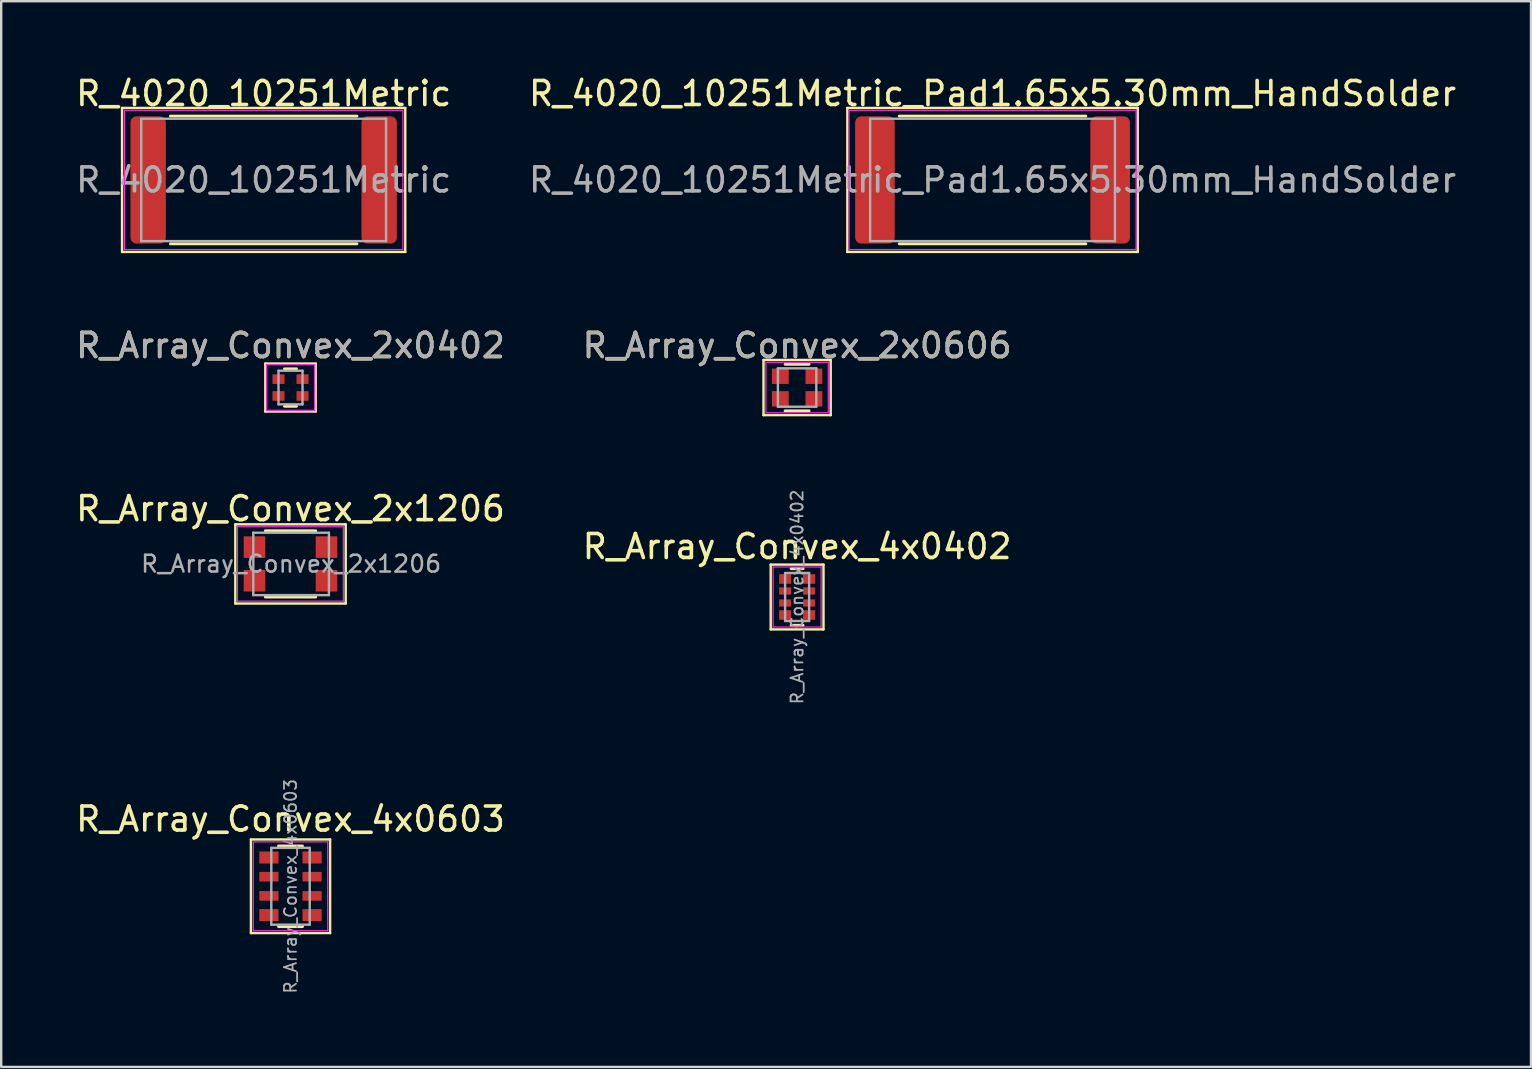
<source format=kicad_pcb>
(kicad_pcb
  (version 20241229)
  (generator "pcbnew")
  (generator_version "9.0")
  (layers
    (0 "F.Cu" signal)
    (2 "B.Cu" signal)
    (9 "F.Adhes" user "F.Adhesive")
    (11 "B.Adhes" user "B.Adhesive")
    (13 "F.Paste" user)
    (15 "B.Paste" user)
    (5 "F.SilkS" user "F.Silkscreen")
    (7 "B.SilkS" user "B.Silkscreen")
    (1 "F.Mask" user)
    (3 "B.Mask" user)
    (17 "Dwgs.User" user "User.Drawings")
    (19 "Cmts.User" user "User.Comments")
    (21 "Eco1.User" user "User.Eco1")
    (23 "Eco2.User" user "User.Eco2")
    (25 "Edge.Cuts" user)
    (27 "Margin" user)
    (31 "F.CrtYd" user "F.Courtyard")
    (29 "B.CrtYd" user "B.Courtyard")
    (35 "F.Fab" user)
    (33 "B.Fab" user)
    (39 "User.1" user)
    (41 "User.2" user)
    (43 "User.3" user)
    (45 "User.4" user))
  (footprint "R_Array_Convex_2x1206"
    (layer "F.Cu")
    (at 9.054 20.445)
    (property "Reference" "R_Array_Convex_2x1206" (at 0 -2.3 0) (layer "F.SilkS") (effects (font (size 1 1) (thickness 0.15))))
    (attr smd)
    (fp_line (start -2.3 -1.65) (end 2.3 -1.65) (stroke (width 0.1) (type default)) (layer "F.SilkS"))
    (fp_line (start -2.3 1.65) (end -2.3 -1.65) (stroke (width 0.1) (type default)) (layer "F.SilkS"))
    (fp_line (start 1.05 -1.38) (end -1.05 -1.38) (stroke (width 0.12) (type solid)) (layer "F.SilkS"))
    (fp_line (start 1.05 1.38) (end -1.05 1.38) (stroke (width 0.12) (type solid)) (layer "F.SilkS"))
    (fp_line (start 2.3 -1.65) (end 2.3 1.65) (stroke (width 0.1) (type default)) (layer "F.SilkS"))
    (fp_line (start 2.3 1.65) (end -2.3 1.65) (stroke (width 0.1) (type default)) (layer "F.SilkS"))
    (fp_line (start -2.21 -1.55) (end -2.21 1.55) (stroke (width 0.05) (type solid)) (layer "F.CrtYd"))
    (fp_line (start -2.21 -1.55) (end 2.2 -1.55) (stroke (width 0.05) (type solid)) (layer "F.CrtYd"))
    (fp_line (start 2.2 1.55) (end -2.21 1.55) (stroke (width 0.05) (type solid)) (layer "F.CrtYd"))
    (fp_line (start 2.2 1.55) (end 2.2 -1.55) (stroke (width 0.05) (type solid)) (layer "F.CrtYd"))
    (fp_line (start -1.55 -1.3) (end 1.6 -1.3) (stroke (width 0.1) (type solid)) (layer "F.Fab"))
    (fp_line (start -1.55 1.3) (end -1.55 -1.3) (stroke (width 0.1) (type solid)) (layer "F.Fab"))
    (fp_line (start 1.6 -1.3) (end 1.6 1.3) (stroke (width 0.1) (type solid)) (layer "F.Fab"))
    (fp_line (start 1.6 1.3) (end -1.55 1.3) (stroke (width 0.1) (type solid)) (layer "F.Fab"))
    (fp_text user "${REFERENCE}" (at 0.025 0 0) (layer "F.Fab") (effects (font (size 0.7 0.7) (thickness 0.105))))
    (pad "1" smd rect (at -1.5 -0.7) (size 0.9 0.9) (layers "F.Cu" "F.Mask" "F.Paste"))
    (pad "2" smd rect (at -1.5 0.7) (size 0.9 0.9) (layers "F.Cu" "F.Mask" "F.Paste"))
    (pad "3" smd rect (at 1.5 0.7) (size 0.9 0.9) (layers "F.Cu" "F.Mask" "F.Paste"))
    (pad "4" smd rect (at 1.5 -0.7) (size 0.9 0.9) (layers "F.Cu" "F.Mask" "F.Paste")))
  (footprint "R_Array_Convex_2x0402"
    (layer "F.Cu")
    (at 9.054 13.097)
    (property "Reference" "R_Array_Convex_2x0402" (at 0 -1.75 0) (layer "F.SilkS") (effects (font (size 1 1) (thickness 0.15))))
    (attr smd)
    (fp_line (start -1.05 -1) (end 1.05 -1) (stroke (width 0.1) (type default)) (layer "F.SilkS"))
    (fp_line (start -1.05 1) (end -1.05 -1) (stroke (width 0.1) (type default)) (layer "F.SilkS"))
    (fp_line (start 0.25 -0.78) (end -0.25 -0.78) (stroke (width 0.12) (type solid)) (layer "F.SilkS"))
    (fp_line (start 0.25 0.78) (end -0.25 0.78) (stroke (width 0.12) (type solid)) (layer "F.SilkS"))
    (fp_line (start 1.05 -1) (end 1.05 1) (stroke (width 0.1) (type default)) (layer "F.SilkS"))
    (fp_line (start 1.05 1) (end -1.05 1) (stroke (width 0.1) (type default)) (layer "F.SilkS"))
    (fp_line (start -1 -0.95) (end -1 0.95) (stroke (width 0.05) (type solid)) (layer "F.CrtYd"))
    (fp_line (start -1 -0.95) (end 1 -0.95) (stroke (width 0.05) (type solid)) (layer "F.CrtYd"))
    (fp_line (start 1 0.95) (end -1 0.95) (stroke (width 0.05) (type solid)) (layer "F.CrtYd"))
    (fp_line (start 1 0.95) (end 1 -0.95) (stroke (width 0.05) (type solid)) (layer "F.CrtYd"))
    (fp_line (start -0.5 -0.7) (end -0.5 0.7) (stroke (width 0.1) (type solid)) (layer "F.Fab"))
    (fp_line (start -0.5 0.7) (end 0.5 0.7) (stroke (width 0.1) (type solid)) (layer "F.Fab"))
    (fp_line (start 0.5 -0.7) (end -0.5 -0.7) (stroke (width 0.1) (type solid)) (layer "F.Fab"))
    (fp_line (start 0.5 0.7) (end 0.5 -0.7) (stroke (width 0.1) (type solid)) (layer "F.Fab"))
    (fp_text user "${REFERENCE}" (at 0 -1.75 0) (layer "F.Fab") (effects (font (size 1 1) (thickness 0.15))))
    (pad "1" smd rect (at -0.5 -0.35) (size 0.5 0.4) (layers "F.Cu" "F.Mask" "F.Paste"))
    (pad "2" smd rect (at -0.5 0.35) (size 0.5 0.4) (layers "F.Cu" "F.Mask" "F.Paste"))
    (pad "3" smd rect (at 0.5 0.35) (size 0.5 0.4) (layers "F.Cu" "F.Mask" "F.Paste"))
    (pad "4" smd rect (at 0.5 -0.35) (size 0.5 0.4) (layers "F.Cu" "F.Mask" "F.Paste")))
  (footprint "R_Array_Convex_4x0603"
    (layer "F.Cu")
    (at 9.054 33.877)
    (property "Reference" "R_Array_Convex_4x0603" (at 0 -2.8 0) (layer "F.SilkS") (effects (font (size 1 1) (thickness 0.15))))
    (attr smd)
    (fp_line (start -1.65 -1.95) (end 1.65 -1.95) (stroke (width 0.1) (type default)) (layer "F.SilkS"))
    (fp_line (start -1.65 1.95) (end -1.65 -1.95) (stroke (width 0.1) (type default)) (layer "F.SilkS"))
    (fp_line (start 0.5 -1.68) (end -0.5 -1.68) (stroke (width 0.12) (type solid)) (layer "F.SilkS"))
    (fp_line (start 0.5 1.68) (end -0.5 1.68) (stroke (width 0.12) (type solid)) (layer "F.SilkS"))
    (fp_line (start 1.65 -1.95) (end 1.65 1.95) (stroke (width 0.1) (type default)) (layer "F.SilkS"))
    (fp_line (start 1.65 1.95) (end -1.65 1.95) (stroke (width 0.1) (type default)) (layer "F.SilkS"))
    (fp_line (start -1.55 -1.85) (end -1.55 1.85) (stroke (width 0.05) (type solid)) (layer "F.CrtYd"))
    (fp_line (start -1.55 -1.85) (end 1.55 -1.85) (stroke (width 0.05) (type solid)) (layer "F.CrtYd"))
    (fp_line (start 1.55 1.85) (end -1.55 1.85) (stroke (width 0.05) (type solid)) (layer "F.CrtYd"))
    (fp_line (start 1.55 1.85) (end 1.55 -1.85) (stroke (width 0.05) (type solid)) (layer "F.CrtYd"))
    (fp_line (start -0.8 -1.6) (end 0.8 -1.6) (stroke (width 0.1) (type solid)) (layer "F.Fab"))
    (fp_line (start -0.8 1.6) (end -0.8 -1.6) (stroke (width 0.1) (type solid)) (layer "F.Fab"))
    (fp_line (start 0.8 -1.6) (end 0.8 1.6) (stroke (width 0.1) (type solid)) (layer "F.Fab"))
    (fp_line (start 0.8 1.6) (end -0.8 1.6) (stroke (width 0.1) (type solid)) (layer "F.Fab"))
    (fp_text user "${REFERENCE}" (at 0 0 90) (layer "F.Fab") (effects (font (size 0.5 0.5) (thickness 0.075))))
    (pad "1" smd rect (at -0.9 -1.2) (size 0.8 0.5) (layers "F.Cu" "F.Mask" "F.Paste"))
    (pad "2" smd rect (at -0.9 -0.4) (size 0.8 0.4) (layers "F.Cu" "F.Mask" "F.Paste"))
    (pad "3" smd rect (at -0.9 0.4) (size 0.8 0.4) (layers "F.Cu" "F.Mask" "F.Paste"))
    (pad "4" smd rect (at -0.9 1.2) (size 0.8 0.5) (layers "F.Cu" "F.Mask" "F.Paste"))
    (pad "5" smd rect (at 0.9 1.2) (size 0.8 0.5) (layers "F.Cu" "F.Mask" "F.Paste"))
    (pad "6" smd rect (at 0.9 0.4) (size 0.8 0.4) (layers "F.Cu" "F.Mask" "F.Paste"))
    (pad "7" smd rect (at 0.9 -0.4) (size 0.8 0.4) (layers "F.Cu" "F.Mask" "F.Paste"))
    (pad "8" smd rect (at 0.9 -1.2) (size 0.8 0.5) (layers "F.Cu" "F.Mask" "F.Paste")))
  (footprint "R_Array_Convex_2x0606"
    (layer "F.Cu")
    (at 30.161 13.097)
    (property "Reference" "R_Array_Convex_2x0606" (at 0 -1.75 0) (layer "F.SilkS") (effects (font (size 1 1) (thickness 0.15))))
    (attr smd)
    (fp_line (start -1.4 -1.15) (end 1.4 -1.15) (stroke (width 0.1) (type default)) (layer "F.SilkS"))
    (fp_line (start -1.4 1.15) (end -1.4 -1.15) (stroke (width 0.1) (type default)) (layer "F.SilkS"))
    (fp_line (start 0.5 -0.97) (end -0.5 -0.97) (stroke (width 0.12) (type solid)) (layer "F.SilkS"))
    (fp_line (start 0.5 0.97) (end -0.5 0.97) (stroke (width 0.12) (type solid)) (layer "F.SilkS"))
    (fp_line (start 1.4 -1.15) (end 1.4 1.15) (stroke (width 0.1) (type default)) (layer "F.SilkS"))
    (fp_line (start 1.4 1.15) (end -1.4 1.15) (stroke (width 0.1) (type default)) (layer "F.SilkS"))
    (fp_line (start -1.3 -1.05) (end -1.3 1.05) (stroke (width 0.05) (type solid)) (layer "F.CrtYd"))
    (fp_line (start -1.3 -1.05) (end 1.3 -1.05) (stroke (width 0.05) (type solid)) (layer "F.CrtYd"))
    (fp_line (start 1.3 1.05) (end -1.3 1.05) (stroke (width 0.05) (type solid)) (layer "F.CrtYd"))
    (fp_line (start 1.3 1.05) (end 1.3 -1.05) (stroke (width 0.05) (type solid)) (layer "F.CrtYd"))
    (fp_line (start -0.8 -0.8) (end 0.8 -0.8) (stroke (width 0.1) (type solid)) (layer "F.Fab"))
    (fp_line (start -0.8 0.8) (end -0.8 -0.8) (stroke (width 0.1) (type solid)) (layer "F.Fab"))
    (fp_line (start 0.8 -0.8) (end 0.8 0.8) (stroke (width 0.1) (type solid)) (layer "F.Fab"))
    (fp_line (start 0.8 0.8) (end -0.8 0.8) (stroke (width 0.1) (type solid)) (layer "F.Fab"))
    (fp_text user "${REFERENCE}" (at 0 -1.75 0) (layer "F.Fab") (effects (font (size 1 1) (thickness 0.15))))
    (pad "1" smd rect (at -0.7 -0.47) (size 0.7 0.64) (layers "F.Cu" "F.Mask" "F.Paste"))
    (pad "2" smd rect (at -0.7 0.47) (size 0.7 0.64) (layers "F.Cu" "F.Mask" "F.Paste"))
    (pad "3" smd rect (at 0.7 0.47) (size 0.7 0.64) (layers "F.Cu" "F.Mask" "F.Paste"))
    (pad "4" smd rect (at 0.7 -0.47) (size 0.7 0.64) (layers "F.Cu" "F.Mask" "F.Paste")))
  (footprint "R_4020_10251Metric"
    (layer "F.Cu")
    (at 7.935 4.448)
    (property "Reference" "R_4020_10251Metric" (at 0 -3.6 0) (layer "F.SilkS") (effects (font (size 1 1) (thickness 0.15))))
    (attr smd)
    (fp_line (start -5.9 -3) (end 5.9 -3) (stroke (width 0.1) (type default)) (layer "F.SilkS"))
    (fp_line (start -5.9 3) (end -5.9 -3) (stroke (width 0.1) (type default)) (layer "F.SilkS"))
    (fp_line (start -3.886 -2.66) (end 3.886 -2.66) (stroke (width 0.12) (type solid)) (layer "F.SilkS"))
    (fp_line (start -3.886 2.66) (end 3.886 2.66) (stroke (width 0.12) (type solid)) (layer "F.SilkS"))
    (fp_line (start 5.9 -3) (end 5.9 3) (stroke (width 0.1) (type default)) (layer "F.SilkS"))
    (fp_line (start 5.9 3) (end -5.9 3) (stroke (width 0.1) (type default)) (layer "F.SilkS"))
    (fp_line (start -5.8 -2.9) (end 5.8 -2.9) (stroke (width 0.05) (type solid)) (layer "F.CrtYd"))
    (fp_line (start -5.8 2.9) (end -5.8 -2.9) (stroke (width 0.05) (type solid)) (layer "F.CrtYd"))
    (fp_line (start 5.8 -2.9) (end 5.8 2.9) (stroke (width 0.05) (type solid)) (layer "F.CrtYd"))
    (fp_line (start 5.8 2.9) (end -5.8 2.9) (stroke (width 0.05) (type solid)) (layer "F.CrtYd"))
    (fp_line (start -5.1 -2.55) (end 5.1 -2.55) (stroke (width 0.1) (type solid)) (layer "F.Fab"))
    (fp_line (start -5.1 2.55) (end -5.1 -2.55) (stroke (width 0.1) (type solid)) (layer "F.Fab"))
    (fp_line (start 5.1 -2.55) (end 5.1 2.55) (stroke (width 0.1) (type solid)) (layer "F.Fab"))
    (fp_line (start 5.1 2.55) (end -5.1 2.55) (stroke (width 0.1) (type solid)) (layer "F.Fab"))
    (fp_text user "${REFERENCE}" (at 0 0 0) (layer "F.Fab") (effects (font (size 1 1) (thickness 0.15))))
    (pad "1" smd roundrect (at -4.812 0) (size 1.475 5.3) (layers "F.Cu" "F.Mask" "F.Paste") (roundrect_rratio 0.169))
    (pad "2" smd roundrect (at 4.812 0) (size 1.475 5.3) (layers "F.Cu" "F.Mask" "F.Paste") (roundrect_rratio 0.169)))
  (footprint "R_4020_10251Metric_Pad1.65x5.30mm_HandSolder"
    (layer "F.Cu")
    (at 38.304 4.448)
    (property "Reference" "R_4020_10251Metric_Pad1.65x5.30mm_HandSolder" (at 0 -3.6 0) (layer "F.SilkS") (effects (font (size 1 1) (thickness 0.15))))
    (attr smd)
    (fp_line (start -6.05 -3) (end 6.05 -3) (stroke (width 0.1) (type default)) (layer "F.SilkS"))
    (fp_line (start -6.05 3) (end -6.05 -3) (stroke (width 0.1) (type default)) (layer "F.SilkS"))
    (fp_line (start -3.886 -2.66) (end 3.886 -2.66) (stroke (width 0.12) (type solid)) (layer "F.SilkS"))
    (fp_line (start -3.886 2.66) (end 3.886 2.66) (stroke (width 0.12) (type solid)) (layer "F.SilkS"))
    (fp_line (start 6.05 -3) (end 6.05 3) (stroke (width 0.1) (type default)) (layer "F.SilkS"))
    (fp_line (start 6.05 3) (end -6.05 3) (stroke (width 0.1) (type default)) (layer "F.SilkS"))
    (fp_line (start -5.98 -2.9) (end 5.98 -2.9) (stroke (width 0.05) (type solid)) (layer "F.CrtYd"))
    (fp_line (start -5.98 2.9) (end -5.98 -2.9) (stroke (width 0.05) (type solid)) (layer "F.CrtYd"))
    (fp_line (start 5.98 -2.9) (end 5.98 2.9) (stroke (width 0.05) (type solid)) (layer "F.CrtYd"))
    (fp_line (start 5.98 2.9) (end -5.98 2.9) (stroke (width 0.05) (type solid)) (layer "F.CrtYd"))
    (fp_line (start -5.1 -2.55) (end 5.1 -2.55) (stroke (width 0.1) (type solid)) (layer "F.Fab"))
    (fp_line (start -5.1 2.55) (end -5.1 -2.55) (stroke (width 0.1) (type solid)) (layer "F.Fab"))
    (fp_line (start 5.1 -2.55) (end 5.1 2.55) (stroke (width 0.1) (type solid)) (layer "F.Fab"))
    (fp_line (start 5.1 2.55) (end -5.1 2.55) (stroke (width 0.1) (type solid)) (layer "F.Fab"))
    (fp_text user "${REFERENCE}" (at 0 0 0) (layer "F.Fab") (effects (font (size 1 1) (thickness 0.15))))
    (pad "1" smd roundrect (at -4.9 0) (size 1.65 5.3) (layers "F.Cu" "F.Mask" "F.Paste") (roundrect_rratio 0.152))
    (pad "2" smd roundrect (at 4.9 0) (size 1.65 5.3) (layers "F.Cu" "F.Mask" "F.Paste") (roundrect_rratio 0.152)))
  (footprint "R_Array_Convex_4x0402"
    (layer "F.Cu")
    (at 30.161 21.823)
    (property "Reference" "R_Array_Convex_4x0402" (at 0 -2.1 0) (layer "F.SilkS") (effects (font (size 1 1) (thickness 0.15))))
    (attr smd)
    (fp_line (start -1.1 -1.35) (end 1.1 -1.35) (stroke (width 0.1) (type default)) (layer "F.SilkS"))
    (fp_line (start -1.1 1.35) (end -1.1 -1.35) (stroke (width 0.1) (type default)) (layer "F.SilkS"))
    (fp_line (start 0.25 -1.18) (end -0.25 -1.18) (stroke (width 0.12) (type solid)) (layer "F.SilkS"))
    (fp_line (start 0.25 1.18) (end -0.25 1.18) (stroke (width 0.12) (type solid)) (layer "F.SilkS"))
    (fp_line (start 1.1 -1.35) (end 1.1 1.35) (stroke (width 0.1) (type default)) (layer "F.SilkS"))
    (fp_line (start 1.1 1.35) (end -1.1 1.35) (stroke (width 0.1) (type default)) (layer "F.SilkS"))
    (fp_line (start -1 -1.25) (end -1 1.25) (stroke (width 0.05) (type solid)) (layer "F.CrtYd"))
    (fp_line (start -1 -1.25) (end 1 -1.25) (stroke (width 0.05) (type solid)) (layer "F.CrtYd"))
    (fp_line (start 1 1.25) (end -1 1.25) (stroke (width 0.05) (type solid)) (layer "F.CrtYd"))
    (fp_line (start 1 1.25) (end 1 -1.25) (stroke (width 0.05) (type solid)) (layer "F.CrtYd"))
    (fp_line (start -0.5 -1) (end 0.5 -1) (stroke (width 0.1) (type solid)) (layer "F.Fab"))
    (fp_line (start -0.5 1) (end -0.5 -1) (stroke (width 0.1) (type solid)) (layer "F.Fab"))
    (fp_line (start 0.5 -1) (end 0.5 1) (stroke (width 0.1) (type solid)) (layer "F.Fab"))
    (fp_line (start 0.5 1) (end -0.5 1) (stroke (width 0.1) (type solid)) (layer "F.Fab"))
    (fp_text user "${REFERENCE}" (at 0 0 90) (layer "F.Fab") (effects (font (size 0.5 0.5) (thickness 0.075))))
    (pad "1" smd rect (at -0.5 -0.75) (size 0.5 0.4) (layers "F.Cu" "F.Mask" "F.Paste"))
    (pad "2" smd rect (at -0.5 -0.25) (size 0.5 0.3) (layers "F.Cu" "F.Mask" "F.Paste"))
    (pad "3" smd rect (at -0.5 0.25) (size 0.5 0.3) (layers "F.Cu" "F.Mask" "F.Paste"))
    (pad "4" smd rect (at -0.5 0.75) (size 0.5 0.4) (layers "F.Cu" "F.Mask" "F.Paste"))
    (pad "5" smd rect (at 0.5 0.75) (size 0.5 0.4) (layers "F.Cu" "F.Mask" "F.Paste"))
    (pad "6" smd rect (at 0.5 0.25) (size 0.5 0.3) (layers "F.Cu" "F.Mask" "F.Paste"))
    (pad "7" smd rect (at 0.5 -0.25) (size 0.5 0.3) (layers "F.Cu" "F.Mask" "F.Paste"))
    (pad "8" smd rect (at 0.5 -0.75) (size 0.5 0.4) (layers "F.Cu" "F.Mask" "F.Paste")))
  (gr_rect
    (start -3 -3)
    (end 60.738 41.404)
    (stroke (width 0.1) (type default))
    (fill no)
    (layer "Edge.Cuts")))
</source>
